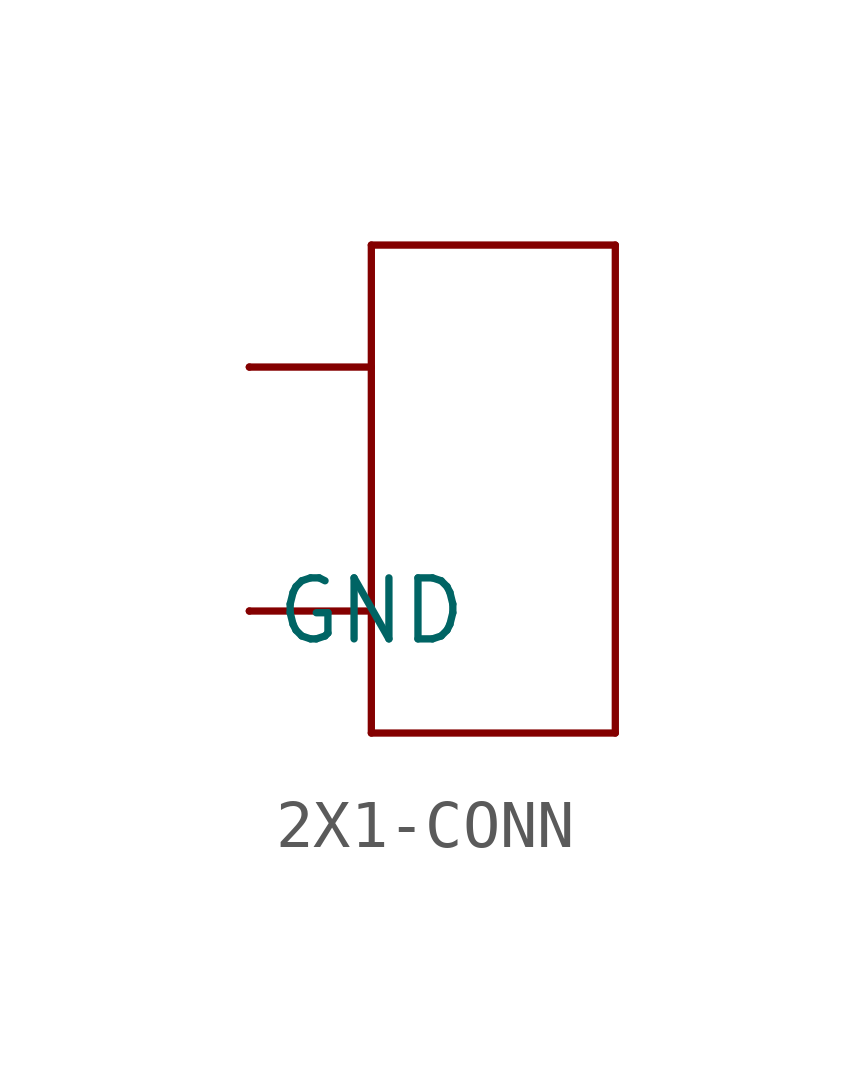
<source format=kicad_sym>
(kicad_symbol_lib
  (version 20220914)
  (generator kicad_symbol_editor)
  (symbol "2X1-CONN"
    (property "Reference" ""
      (at 0 0 0)
      (effects (font (size 1.27 1.27)) hide))
    (property "ki_locked" ""
      (at 0 0 0)
      (effects (font (size 1.27 1.27))))
    (symbol "2X1-CONN_1_0"
      (polyline (pts (xy -5.08 -2.54) (xy -2.54 -2.54)) (stroke (width 0.152) (type solid)) (fill (type none)))
      (polyline (pts (xy -2.54 -5.08) (xy 2.54 -5.08)) (stroke (width 0.152) (type solid)) (fill (type none)))
      (polyline (pts (xy -2.54 -2.54) (xy -2.54 -5.08)) (stroke (width 0.152) (type solid)) (fill (type none)))
      (polyline (pts (xy -2.54 2.54) (xy -5.08 2.54)) (stroke (width 0.152) (type solid)) (fill (type none)))
      (polyline (pts (xy -2.54 2.54) (xy -2.54 -2.54)) (stroke (width 0.152) (type solid)) (fill (type none)))
      (polyline (pts (xy -2.54 5.08) (xy -2.54 2.54)) (stroke (width 0.152) (type solid)) (fill (type none)))
      (polyline (pts (xy 2.54 -5.08) (xy 2.54 5.08)) (stroke (width 0.152) (type solid)) (fill (type none)))
      (polyline (pts (xy 2.54 5.08) (xy -2.54 5.08)) (stroke (width 0.152) (type solid)) (fill (type none)))
      (pin bidirectional line (at -5.08 2.54 0) (length 0) (name "P$1" (effects (font (size 0 0)))) (number "CIRCUIT1" (effects (font (size 0 0)))))
      (pin bidirectional line (at -5.08 -2.54 0) (length 0) (name "GND" (effects (font (size 1.27 1.27)))) (number "GND" (effects (font (size 0 0))))))))
</source>
